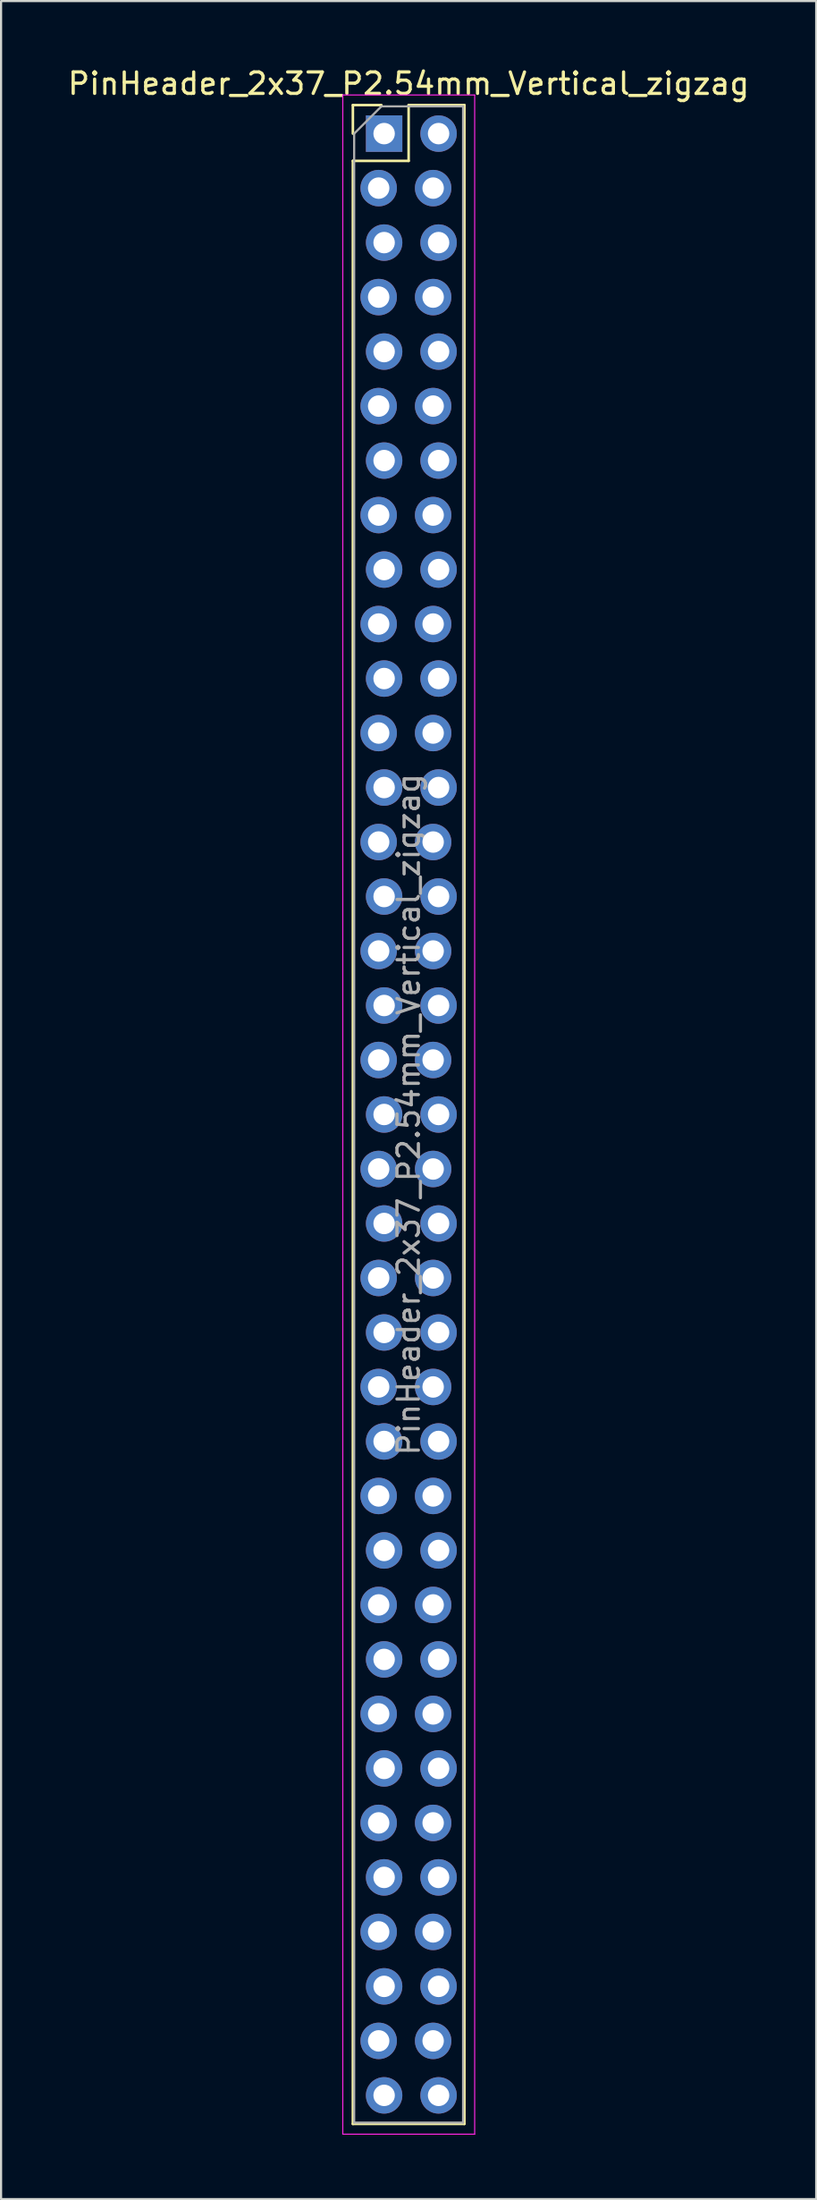
<source format=kicad_pcb>
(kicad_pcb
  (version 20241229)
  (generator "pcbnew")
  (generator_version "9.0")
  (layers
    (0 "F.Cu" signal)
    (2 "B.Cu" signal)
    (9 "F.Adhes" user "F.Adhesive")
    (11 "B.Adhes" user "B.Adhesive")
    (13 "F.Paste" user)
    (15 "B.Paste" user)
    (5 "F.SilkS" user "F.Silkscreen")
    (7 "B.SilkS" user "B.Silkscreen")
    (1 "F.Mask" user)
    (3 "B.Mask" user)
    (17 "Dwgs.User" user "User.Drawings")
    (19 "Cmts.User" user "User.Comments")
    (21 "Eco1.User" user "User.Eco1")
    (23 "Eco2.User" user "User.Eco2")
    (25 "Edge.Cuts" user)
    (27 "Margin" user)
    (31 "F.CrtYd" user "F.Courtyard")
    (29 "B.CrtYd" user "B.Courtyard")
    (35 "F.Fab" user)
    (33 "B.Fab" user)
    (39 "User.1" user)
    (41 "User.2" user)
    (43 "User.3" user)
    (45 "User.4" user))
  (footprint "PinHeader_2x37_P2.54mm_Vertical_zigzag"
    (layer "F.Cu")
    (at 14.736 3.178)
    (property "Reference" "PinHeader_2x37_P2.54mm_Vertical_zigzag" (at 1.27 -2.33 0) (layer "F.SilkS") (effects (font (size 1 1) (thickness 0.15))))
    (attr through_hole)
    (fp_line (start -1.33 -1.33) (end 0 -1.33) (stroke (width 0.12) (type solid)) (layer "F.SilkS"))
    (fp_line (start -1.33 0) (end -1.33 -1.33) (stroke (width 0.12) (type solid)) (layer "F.SilkS"))
    (fp_line (start -1.33 1.27) (end -1.33 92.77) (stroke (width 0.12) (type solid)) (layer "F.SilkS"))
    (fp_line (start -1.33 1.27) (end 1.27 1.27) (stroke (width 0.12) (type solid)) (layer "F.SilkS"))
    (fp_line (start -1.33 92.77) (end 3.87 92.77) (stroke (width 0.12) (type solid)) (layer "F.SilkS"))
    (fp_line (start 1.27 -1.33) (end 3.87 -1.33) (stroke (width 0.12) (type solid)) (layer "F.SilkS"))
    (fp_line (start 1.27 1.27) (end 1.27 -1.33) (stroke (width 0.12) (type solid)) (layer "F.SilkS"))
    (fp_line (start 3.87 -1.33) (end 3.87 92.77) (stroke (width 0.12) (type solid)) (layer "F.SilkS"))
    (fp_line (start -1.8 -1.8) (end -1.8 93.25) (stroke (width 0.05) (type solid)) (layer "F.CrtYd"))
    (fp_line (start -1.8 93.25) (end 4.35 93.25) (stroke (width 0.05) (type solid)) (layer "F.CrtYd"))
    (fp_line (start 4.35 -1.8) (end -1.8 -1.8) (stroke (width 0.05) (type solid)) (layer "F.CrtYd"))
    (fp_line (start 4.35 93.25) (end 4.35 -1.8) (stroke (width 0.05) (type solid)) (layer "F.CrtYd"))
    (fp_line (start -1.27 0) (end 0 -1.27) (stroke (width 0.1) (type solid)) (layer "F.Fab"))
    (fp_line (start -1.27 92.71) (end -1.27 0) (stroke (width 0.1) (type solid)) (layer "F.Fab"))
    (fp_line (start 0 -1.27) (end 3.81 -1.27) (stroke (width 0.1) (type solid)) (layer "F.Fab"))
    (fp_line (start 3.81 -1.27) (end 3.81 92.71) (stroke (width 0.1) (type solid)) (layer "F.Fab"))
    (fp_line (start 3.81 92.71) (end -1.27 92.71) (stroke (width 0.1) (type solid)) (layer "F.Fab"))
    (fp_text user "${REFERENCE}" (at 1.27 45.72 90) (layer "F.Fab") (effects (font (size 1 1) (thickness 0.15))))
    (pad "1" thru_hole rect (at 0.127 0) (size 1.7 1.7) (drill 1) (layers "*.Cu" "*.Mask"))
    (pad "2" thru_hole oval (at 2.667 0) (size 1.7 1.7) (drill 1) (layers "*.Cu" "*.Mask"))
    (pad "3" thru_hole oval (at -0.127 2.54) (size 1.7 1.7) (drill 1) (layers "*.Cu" "*.Mask"))
    (pad "4" thru_hole oval (at 2.413 2.54) (size 1.7 1.7) (drill 1) (layers "*.Cu" "*.Mask"))
    (pad "5" thru_hole oval (at 0.127 5.08) (size 1.7 1.7) (drill 1) (layers "*.Cu" "*.Mask"))
    (pad "6" thru_hole oval (at 2.667 5.08) (size 1.7 1.7) (drill 1) (layers "*.Cu" "*.Mask"))
    (pad "7" thru_hole oval (at -0.127 7.62) (size 1.7 1.7) (drill 1) (layers "*.Cu" "*.Mask"))
    (pad "8" thru_hole oval (at 2.413 7.62) (size 1.7 1.7) (drill 1) (layers "*.Cu" "*.Mask"))
    (pad "9" thru_hole oval (at 0.127 10.16) (size 1.7 1.7) (drill 1) (layers "*.Cu" "*.Mask"))
    (pad "10" thru_hole oval (at 2.667 10.16) (size 1.7 1.7) (drill 1) (layers "*.Cu" "*.Mask"))
    (pad "11" thru_hole oval (at -0.127 12.7) (size 1.7 1.7) (drill 1) (layers "*.Cu" "*.Mask"))
    (pad "12" thru_hole oval (at 2.413 12.7) (size 1.7 1.7) (drill 1) (layers "*.Cu" "*.Mask"))
    (pad "13" thru_hole oval (at 0.127 15.24) (size 1.7 1.7) (drill 1) (layers "*.Cu" "*.Mask"))
    (pad "14" thru_hole oval (at 2.667 15.24) (size 1.7 1.7) (drill 1) (layers "*.Cu" "*.Mask"))
    (pad "15" thru_hole oval (at -0.127 17.78) (size 1.7 1.7) (drill 1) (layers "*.Cu" "*.Mask"))
    (pad "16" thru_hole oval (at 2.413 17.78) (size 1.7 1.7) (drill 1) (layers "*.Cu" "*.Mask"))
    (pad "17" thru_hole oval (at 0.127 20.32) (size 1.7 1.7) (drill 1) (layers "*.Cu" "*.Mask"))
    (pad "18" thru_hole oval (at 2.667 20.32) (size 1.7 1.7) (drill 1) (layers "*.Cu" "*.Mask"))
    (pad "19" thru_hole oval (at -0.127 22.86) (size 1.7 1.7) (drill 1) (layers "*.Cu" "*.Mask"))
    (pad "20" thru_hole oval (at 2.413 22.86) (size 1.7 1.7) (drill 1) (layers "*.Cu" "*.Mask"))
    (pad "21" thru_hole oval (at 0.127 25.4) (size 1.7 1.7) (drill 1) (layers "*.Cu" "*.Mask"))
    (pad "22" thru_hole oval (at 2.667 25.4) (size 1.7 1.7) (drill 1) (layers "*.Cu" "*.Mask"))
    (pad "23" thru_hole oval (at -0.127 27.94) (size 1.7 1.7) (drill 1) (layers "*.Cu" "*.Mask"))
    (pad "24" thru_hole oval (at 2.413 27.94) (size 1.7 1.7) (drill 1) (layers "*.Cu" "*.Mask"))
    (pad "25" thru_hole oval (at 0.127 30.48) (size 1.7 1.7) (drill 1) (layers "*.Cu" "*.Mask"))
    (pad "26" thru_hole oval (at 2.667 30.48) (size 1.7 1.7) (drill 1) (layers "*.Cu" "*.Mask"))
    (pad "27" thru_hole oval (at -0.127 33.02) (size 1.7 1.7) (drill 1) (layers "*.Cu" "*.Mask"))
    (pad "28" thru_hole oval (at 2.413 33.02) (size 1.7 1.7) (drill 1) (layers "*.Cu" "*.Mask"))
    (pad "29" thru_hole oval (at 0.127 35.56) (size 1.7 1.7) (drill 1) (layers "*.Cu" "*.Mask"))
    (pad "30" thru_hole oval (at 2.667 35.56) (size 1.7 1.7) (drill 1) (layers "*.Cu" "*.Mask"))
    (pad "31" thru_hole oval (at -0.127 38.1) (size 1.7 1.7) (drill 1) (layers "*.Cu" "*.Mask"))
    (pad "32" thru_hole oval (at 2.413 38.1) (size 1.7 1.7) (drill 1) (layers "*.Cu" "*.Mask"))
    (pad "33" thru_hole oval (at 0.127 40.64) (size 1.7 1.7) (drill 1) (layers "*.Cu" "*.Mask"))
    (pad "34" thru_hole oval (at 2.667 40.64) (size 1.7 1.7) (drill 1) (layers "*.Cu" "*.Mask"))
    (pad "35" thru_hole oval (at -0.127 43.18) (size 1.7 1.7) (drill 1) (layers "*.Cu" "*.Mask"))
    (pad "36" thru_hole oval (at 2.413 43.18) (size 1.7 1.7) (drill 1) (layers "*.Cu" "*.Mask"))
    (pad "37" thru_hole oval (at 0.127 45.72) (size 1.7 1.7) (drill 1) (layers "*.Cu" "*.Mask"))
    (pad "38" thru_hole oval (at 2.667 45.72) (size 1.7 1.7) (drill 1) (layers "*.Cu" "*.Mask"))
    (pad "39" thru_hole oval (at -0.127 48.26) (size 1.7 1.7) (drill 1) (layers "*.Cu" "*.Mask"))
    (pad "40" thru_hole oval (at 2.413 48.26) (size 1.7 1.7) (drill 1) (layers "*.Cu" "*.Mask"))
    (pad "41" thru_hole oval (at 0.127 50.8) (size 1.7 1.7) (drill 1) (layers "*.Cu" "*.Mask"))
    (pad "42" thru_hole oval (at 2.667 50.8) (size 1.7 1.7) (drill 1) (layers "*.Cu" "*.Mask"))
    (pad "43" thru_hole oval (at -0.127 53.34) (size 1.7 1.7) (drill 1) (layers "*.Cu" "*.Mask"))
    (pad "44" thru_hole oval (at 2.413 53.34) (size 1.7 1.7) (drill 1) (layers "*.Cu" "*.Mask"))
    (pad "45" thru_hole oval (at 0.127 55.88) (size 1.7 1.7) (drill 1) (layers "*.Cu" "*.Mask"))
    (pad "46" thru_hole oval (at 2.667 55.88) (size 1.7 1.7) (drill 1) (layers "*.Cu" "*.Mask"))
    (pad "47" thru_hole oval (at -0.127 58.42) (size 1.7 1.7) (drill 1) (layers "*.Cu" "*.Mask"))
    (pad "48" thru_hole oval (at 2.413 58.42) (size 1.7 1.7) (drill 1) (layers "*.Cu" "*.Mask"))
    (pad "49" thru_hole oval (at 0.127 60.96) (size 1.7 1.7) (drill 1) (layers "*.Cu" "*.Mask"))
    (pad "50" thru_hole oval (at 2.667 60.96) (size 1.7 1.7) (drill 1) (layers "*.Cu" "*.Mask"))
    (pad "51" thru_hole oval (at -0.127 63.5) (size 1.7 1.7) (drill 1) (layers "*.Cu" "*.Mask"))
    (pad "52" thru_hole oval (at 2.413 63.5) (size 1.7 1.7) (drill 1) (layers "*.Cu" "*.Mask"))
    (pad "53" thru_hole oval (at 0.127 66.04) (size 1.7 1.7) (drill 1) (layers "*.Cu" "*.Mask"))
    (pad "54" thru_hole oval (at 2.667 66.04) (size 1.7 1.7) (drill 1) (layers "*.Cu" "*.Mask"))
    (pad "55" thru_hole oval (at -0.127 68.58) (size 1.7 1.7) (drill 1) (layers "*.Cu" "*.Mask"))
    (pad "56" thru_hole oval (at 2.413 68.58) (size 1.7 1.7) (drill 1) (layers "*.Cu" "*.Mask"))
    (pad "57" thru_hole oval (at 0.127 71.12) (size 1.7 1.7) (drill 1) (layers "*.Cu" "*.Mask"))
    (pad "58" thru_hole oval (at 2.667 71.12) (size 1.7 1.7) (drill 1) (layers "*.Cu" "*.Mask"))
    (pad "59" thru_hole oval (at -0.127 73.66) (size 1.7 1.7) (drill 1) (layers "*.Cu" "*.Mask"))
    (pad "60" thru_hole oval (at 2.413 73.66) (size 1.7 1.7) (drill 1) (layers "*.Cu" "*.Mask"))
    (pad "61" thru_hole oval (at 0.127 76.2) (size 1.7 1.7) (drill 1) (layers "*.Cu" "*.Mask"))
    (pad "62" thru_hole oval (at 2.667 76.2) (size 1.7 1.7) (drill 1) (layers "*.Cu" "*.Mask"))
    (pad "63" thru_hole oval (at -0.127 78.74) (size 1.7 1.7) (drill 1) (layers "*.Cu" "*.Mask"))
    (pad "64" thru_hole oval (at 2.413 78.74) (size 1.7 1.7) (drill 1) (layers "*.Cu" "*.Mask"))
    (pad "65" thru_hole oval (at 0.127 81.28) (size 1.7 1.7) (drill 1) (layers "*.Cu" "*.Mask"))
    (pad "66" thru_hole oval (at 2.667 81.28) (size 1.7 1.7) (drill 1) (layers "*.Cu" "*.Mask"))
    (pad "67" thru_hole oval (at -0.127 83.82) (size 1.7 1.7) (drill 1) (layers "*.Cu" "*.Mask"))
    (pad "68" thru_hole oval (at 2.413 83.82) (size 1.7 1.7) (drill 1) (layers "*.Cu" "*.Mask"))
    (pad "69" thru_hole oval (at 0.127 86.36) (size 1.7 1.7) (drill 1) (layers "*.Cu" "*.Mask"))
    (pad "70" thru_hole oval (at 2.667 86.36) (size 1.7 1.7) (drill 1) (layers "*.Cu" "*.Mask"))
    (pad "71" thru_hole oval (at -0.127 88.9) (size 1.7 1.7) (drill 1) (layers "*.Cu" "*.Mask"))
    (pad "72" thru_hole oval (at 2.413 88.9) (size 1.7 1.7) (drill 1) (layers "*.Cu" "*.Mask"))
    (pad "73" thru_hole oval (at 0.127 91.44) (size 1.7 1.7) (drill 1) (layers "*.Cu" "*.Mask"))
    (pad "74" thru_hole oval (at 2.667 91.44) (size 1.7 1.7) (drill 1) (layers "*.Cu" "*.Mask")))
  (gr_rect
    (start -3 -3)
    (end 35.012 99.453)
    (stroke (width 0.1) (type default))
    (fill no)
    (layer "Edge.Cuts")))
</source>
